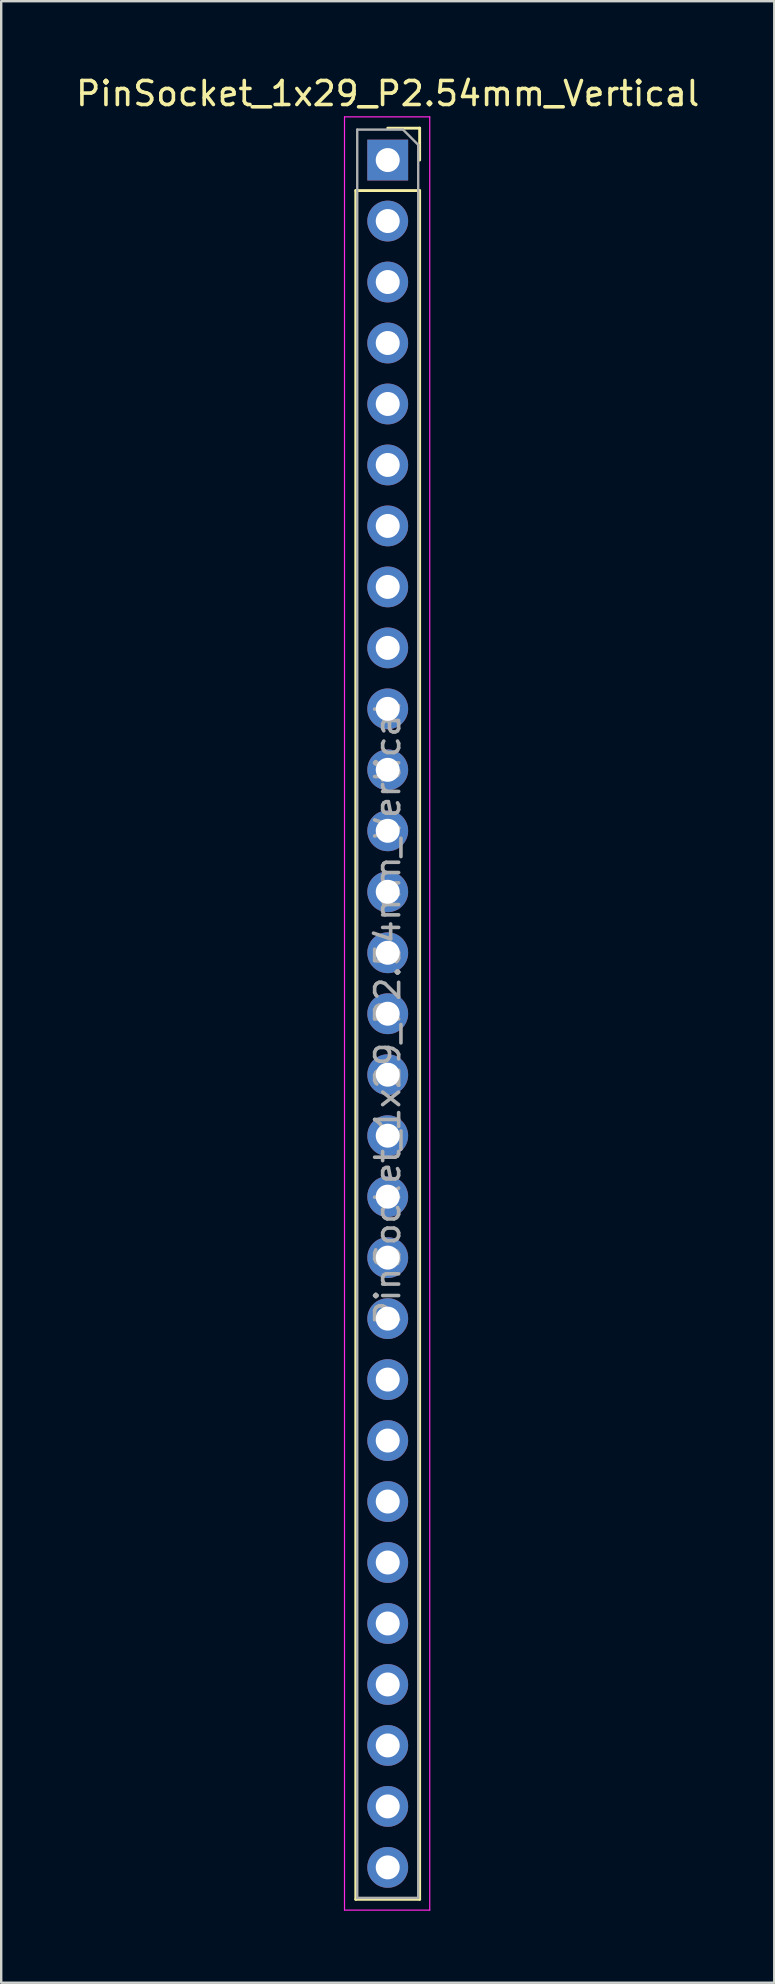
<source format=kicad_pcb>
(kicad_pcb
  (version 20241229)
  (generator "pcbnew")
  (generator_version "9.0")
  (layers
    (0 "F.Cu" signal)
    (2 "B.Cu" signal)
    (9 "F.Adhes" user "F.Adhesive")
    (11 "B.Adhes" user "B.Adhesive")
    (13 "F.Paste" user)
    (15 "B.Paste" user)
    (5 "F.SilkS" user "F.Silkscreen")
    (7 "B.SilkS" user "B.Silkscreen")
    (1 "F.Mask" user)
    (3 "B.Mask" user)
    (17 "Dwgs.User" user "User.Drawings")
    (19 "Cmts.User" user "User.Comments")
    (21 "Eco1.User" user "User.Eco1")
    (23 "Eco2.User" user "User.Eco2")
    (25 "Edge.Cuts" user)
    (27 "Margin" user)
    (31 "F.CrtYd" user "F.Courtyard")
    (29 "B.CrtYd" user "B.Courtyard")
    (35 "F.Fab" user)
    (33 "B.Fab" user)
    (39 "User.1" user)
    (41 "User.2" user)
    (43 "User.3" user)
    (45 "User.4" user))
  (footprint "PinSocket_1x29_P2.54mm_Vertical"
    (layer "F.Cu")
    (at 13.101 3.618)
    (property "Reference" "PinSocket_1x29_P2.54mm_Vertical" (at 0 -2.77 0) (layer "F.SilkS") (effects (font (size 1 1) (thickness 0.15))))
    (attr through_hole)
    (fp_line (start -1.33 1.27) (end -1.33 72.45) (stroke (width 0.12) (type solid)) (layer "F.SilkS"))
    (fp_line (start -1.33 1.27) (end 1.33 1.27) (stroke (width 0.12) (type solid)) (layer "F.SilkS"))
    (fp_line (start -1.33 72.45) (end 1.33 72.45) (stroke (width 0.12) (type solid)) (layer "F.SilkS"))
    (fp_line (start 0 -1.33) (end 1.33 -1.33) (stroke (width 0.12) (type solid)) (layer "F.SilkS"))
    (fp_line (start 1.33 -1.33) (end 1.33 0) (stroke (width 0.12) (type solid)) (layer "F.SilkS"))
    (fp_line (start 1.33 1.27) (end 1.33 72.45) (stroke (width 0.12) (type solid)) (layer "F.SilkS"))
    (fp_line (start -1.8 -1.8) (end 1.75 -1.8) (stroke (width 0.05) (type solid)) (layer "F.CrtYd"))
    (fp_line (start -1.8 72.9) (end -1.8 -1.8) (stroke (width 0.05) (type solid)) (layer "F.CrtYd"))
    (fp_line (start 1.75 -1.8) (end 1.75 72.9) (stroke (width 0.05) (type solid)) (layer "F.CrtYd"))
    (fp_line (start 1.75 72.9) (end -1.8 72.9) (stroke (width 0.05) (type solid)) (layer "F.CrtYd"))
    (fp_line (start -1.27 -1.27) (end 0.635 -1.27) (stroke (width 0.1) (type solid)) (layer "F.Fab"))
    (fp_line (start -1.27 72.39) (end -1.27 -1.27) (stroke (width 0.1) (type solid)) (layer "F.Fab"))
    (fp_line (start 0.635 -1.27) (end 1.27 -0.635) (stroke (width 0.1) (type solid)) (layer "F.Fab"))
    (fp_line (start 1.27 -0.635) (end 1.27 72.39) (stroke (width 0.1) (type solid)) (layer "F.Fab"))
    (fp_line (start 1.27 72.39) (end -1.27 72.39) (stroke (width 0.1) (type solid)) (layer "F.Fab"))
    (fp_text user "${REFERENCE}" (at 0 35.56 90) (layer "F.Fab") (effects (font (size 1 1) (thickness 0.15))))
    (pad "1" thru_hole rect (at 0 0) (size 1.7 1.7) (drill 1) (layers "*.Cu" "*.Mask"))
    (pad "2" thru_hole oval (at 0 2.54) (size 1.7 1.7) (drill 1) (layers "*.Cu" "*.Mask"))
    (pad "3" thru_hole oval (at 0 5.08) (size 1.7 1.7) (drill 1) (layers "*.Cu" "*.Mask"))
    (pad "4" thru_hole oval (at 0 7.62) (size 1.7 1.7) (drill 1) (layers "*.Cu" "*.Mask"))
    (pad "5" thru_hole oval (at 0 10.16) (size 1.7 1.7) (drill 1) (layers "*.Cu" "*.Mask"))
    (pad "6" thru_hole oval (at 0 12.7) (size 1.7 1.7) (drill 1) (layers "*.Cu" "*.Mask"))
    (pad "7" thru_hole oval (at 0 15.24) (size 1.7 1.7) (drill 1) (layers "*.Cu" "*.Mask"))
    (pad "8" thru_hole oval (at 0 17.78) (size 1.7 1.7) (drill 1) (layers "*.Cu" "*.Mask"))
    (pad "9" thru_hole oval (at 0 20.32) (size 1.7 1.7) (drill 1) (layers "*.Cu" "*.Mask"))
    (pad "10" thru_hole oval (at 0 22.86) (size 1.7 1.7) (drill 1) (layers "*.Cu" "*.Mask"))
    (pad "11" thru_hole oval (at 0 25.4) (size 1.7 1.7) (drill 1) (layers "*.Cu" "*.Mask"))
    (pad "12" thru_hole oval (at 0 27.94) (size 1.7 1.7) (drill 1) (layers "*.Cu" "*.Mask"))
    (pad "13" thru_hole oval (at 0 30.48) (size 1.7 1.7) (drill 1) (layers "*.Cu" "*.Mask"))
    (pad "14" thru_hole oval (at 0 33.02) (size 1.7 1.7) (drill 1) (layers "*.Cu" "*.Mask"))
    (pad "15" thru_hole oval (at 0 35.56) (size 1.7 1.7) (drill 1) (layers "*.Cu" "*.Mask"))
    (pad "16" thru_hole oval (at 0 38.1) (size 1.7 1.7) (drill 1) (layers "*.Cu" "*.Mask"))
    (pad "17" thru_hole oval (at 0 40.64) (size 1.7 1.7) (drill 1) (layers "*.Cu" "*.Mask"))
    (pad "18" thru_hole oval (at 0 43.18) (size 1.7 1.7) (drill 1) (layers "*.Cu" "*.Mask"))
    (pad "19" thru_hole oval (at 0 45.72) (size 1.7 1.7) (drill 1) (layers "*.Cu" "*.Mask"))
    (pad "20" thru_hole oval (at 0 48.26) (size 1.7 1.7) (drill 1) (layers "*.Cu" "*.Mask"))
    (pad "21" thru_hole oval (at 0 50.8) (size 1.7 1.7) (drill 1) (layers "*.Cu" "*.Mask"))
    (pad "22" thru_hole oval (at 0 53.34) (size 1.7 1.7) (drill 1) (layers "*.Cu" "*.Mask"))
    (pad "23" thru_hole oval (at 0 55.88) (size 1.7 1.7) (drill 1) (layers "*.Cu" "*.Mask"))
    (pad "24" thru_hole oval (at 0 58.42) (size 1.7 1.7) (drill 1) (layers "*.Cu" "*.Mask"))
    (pad "25" thru_hole oval (at 0 60.96) (size 1.7 1.7) (drill 1) (layers "*.Cu" "*.Mask"))
    (pad "26" thru_hole oval (at 0 63.5) (size 1.7 1.7) (drill 1) (layers "*.Cu" "*.Mask"))
    (pad "27" thru_hole oval (at 0 66.04) (size 1.7 1.7) (drill 1) (layers "*.Cu" "*.Mask"))
    (pad "28" thru_hole oval (at 0 68.58) (size 1.7 1.7) (drill 1) (layers "*.Cu" "*.Mask"))
    (pad "29" thru_hole oval (at 0 71.12) (size 1.7 1.7) (drill 1) (layers "*.Cu" "*.Mask")))
  (gr_rect
    (start -3 -3)
    (end 29.202 79.543)
    (stroke (width 0.1) (type default))
    (fill no)
    (layer "Edge.Cuts")))
</source>
